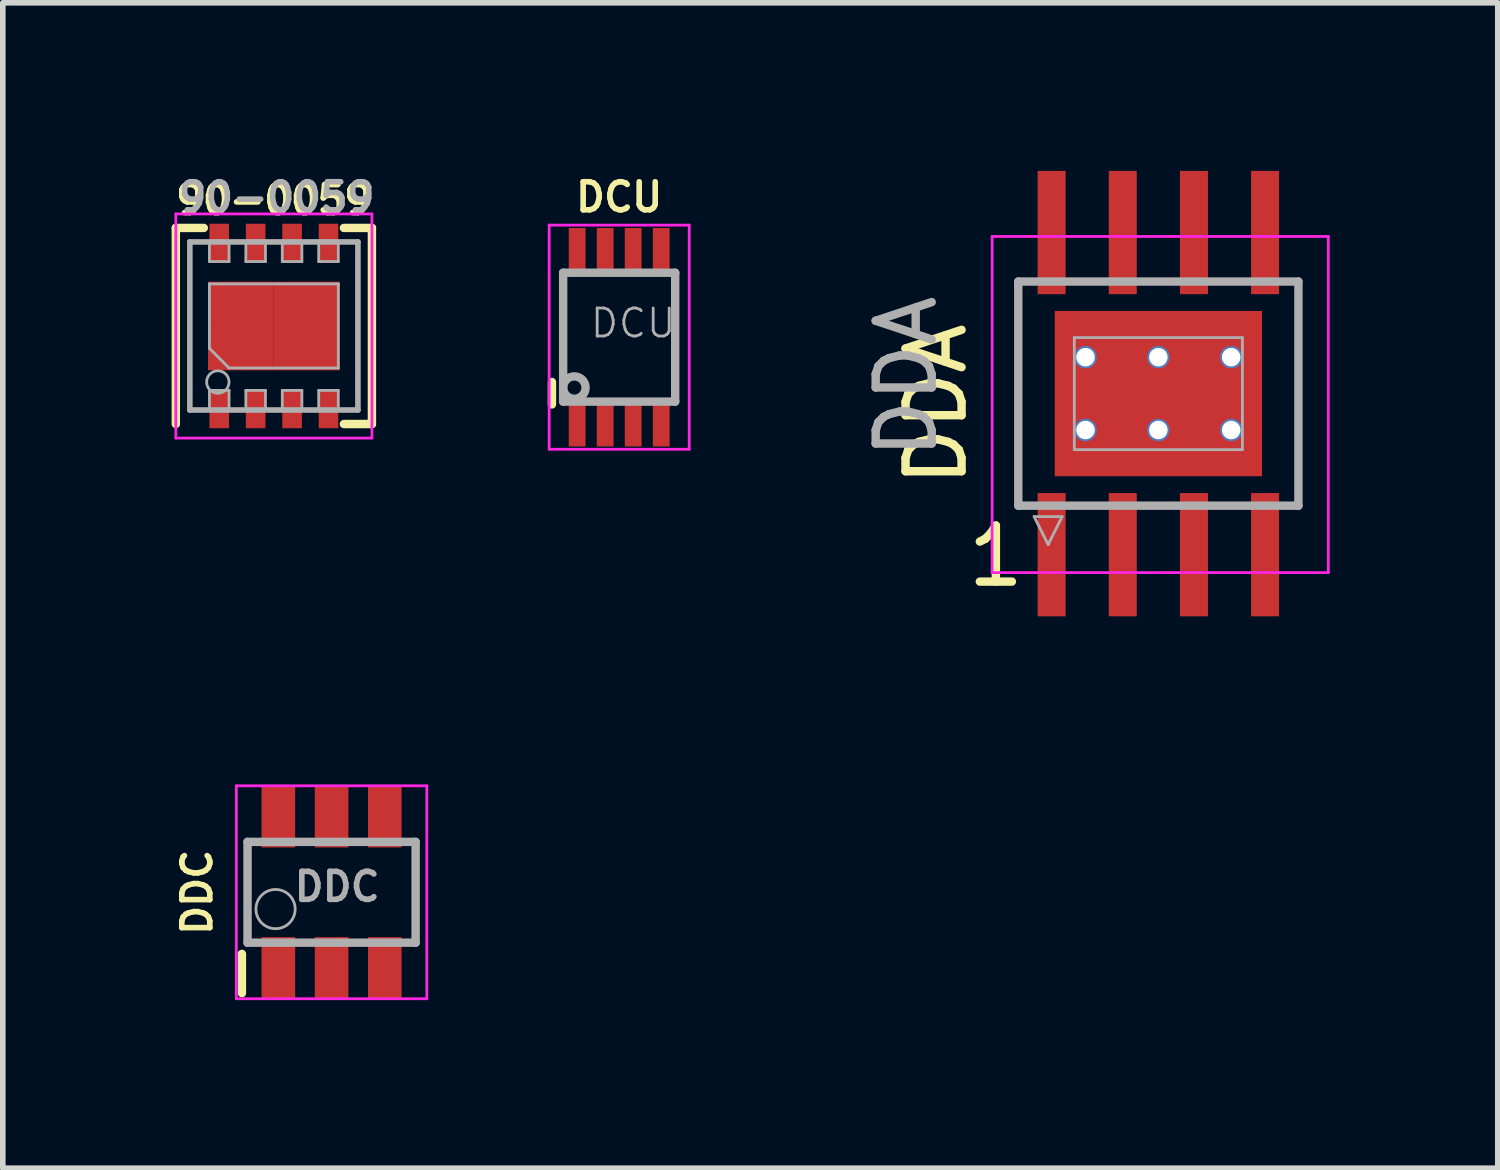
<source format=kicad_pcb>
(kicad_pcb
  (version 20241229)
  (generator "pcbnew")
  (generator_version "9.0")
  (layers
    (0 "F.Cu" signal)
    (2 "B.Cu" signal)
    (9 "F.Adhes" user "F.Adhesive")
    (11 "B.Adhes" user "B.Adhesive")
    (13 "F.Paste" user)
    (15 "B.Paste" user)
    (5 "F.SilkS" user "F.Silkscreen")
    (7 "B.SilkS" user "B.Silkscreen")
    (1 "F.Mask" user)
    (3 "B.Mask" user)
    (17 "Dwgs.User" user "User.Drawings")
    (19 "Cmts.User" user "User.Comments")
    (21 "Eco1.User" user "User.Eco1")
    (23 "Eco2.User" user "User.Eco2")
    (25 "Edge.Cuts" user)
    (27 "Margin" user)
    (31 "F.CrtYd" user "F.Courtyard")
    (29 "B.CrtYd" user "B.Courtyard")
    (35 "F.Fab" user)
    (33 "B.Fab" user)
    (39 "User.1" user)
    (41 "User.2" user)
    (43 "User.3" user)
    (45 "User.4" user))
  (footprint "DCU"
    (layer "F.Cu")
    (at 8.001 2.968)
    (property "Reference" "DCU" (at 0 -2.5 0) (layer "F.SilkS") (effects (font (size 0.5 0.5) (thickness 0.1))))
    (attr smd)
    (fp_line (start -1.2 1.2) (end -1.2 0.8) (stroke (width 0.15) (type solid)) (layer "F.SilkS"))
    (fp_line (start -1.25 -2) (end -1.25 2) (stroke (width 0.05) (type solid)) (layer "F.CrtYd"))
    (fp_line (start -1.25 -2) (end 1.25 -2) (stroke (width 0.05) (type solid)) (layer "F.CrtYd"))
    (fp_line (start -1.25 2) (end 1.25 2) (stroke (width 0.05) (type solid)) (layer "F.CrtYd"))
    (fp_line (start 1.25 -2) (end 1.25 2) (stroke (width 0.05) (type solid)) (layer "F.CrtYd"))
    (fp_line (start -1 -1.15) (end 1 -1.15) (stroke (width 0.15) (type solid)) (layer "F.Fab"))
    (fp_line (start -1 1.15) (end -1 -1.15) (stroke (width 0.15) (type solid)) (layer "F.Fab"))
    (fp_line (start 1 -1.15) (end 1 1.15) (stroke (width 0.15) (type solid)) (layer "F.Fab"))
    (fp_line (start 1 1.15) (end -1 1.15) (stroke (width 0.15) (type solid)) (layer "F.Fab"))
    (fp_circle (center -0.8 0.9) (end -0.6 0.9) (stroke (width 0.15) (type solid)) (fill no) (layer "F.Fab"))
    (fp_text user "${REFERENCE}" (at 0.25 -0.25 0) (layer "F.Fab") (effects (font (size 0.5 0.5) (thickness 0.05))))
    (pad "1" smd rect (at -0.75 1.55) (size 0.3 0.8) (layers "F.Cu" "F.Mask" "F.Paste"))
    (pad "2" smd rect (at -0.25 1.55) (size 0.3 0.8) (layers "F.Cu" "F.Mask" "F.Paste"))
    (pad "3" smd rect (at 0.25 1.55) (size 0.3 0.8) (layers "F.Cu" "F.Mask" "F.Paste"))
    (pad "4" smd rect (at 0.75 1.55) (size 0.3 0.8) (layers "F.Cu" "F.Mask" "F.Paste"))
    (pad "5" smd rect (at 0.75 -1.55) (size 0.3 0.8) (layers "F.Cu" "F.Mask" "F.Paste"))
    (pad "6" smd rect (at 0.25 -1.55) (size 0.3 0.8) (layers "F.Cu" "F.Mask" "F.Paste"))
    (pad "7" smd rect (at -0.25 -1.55) (size 0.3 0.8) (layers "F.Cu" "F.Mask" "F.Paste"))
    (pad "8" smd rect (at -0.75 -1.55) (size 0.3 0.8) (layers "F.Cu" "F.Mask" "F.Paste")))
  (footprint "DDC"
    (layer "F.Cu")
    (at 2.868 12.875)
    (property "Reference" "DDC" (at -2.4 0 90) (layer "F.SilkS") (effects (font (size 0.5 0.5) (thickness 0.1))))
    (attr smd)
    (fp_line (start -1.6 1.1) (end -1.6 1.8) (stroke (width 0.15) (type solid)) (layer "F.SilkS"))
    (fp_line (start -1.7 -1.9) (end 1.7 -1.9) (stroke (width 0.05) (type solid)) (layer "F.CrtYd"))
    (fp_line (start -1.7 1.9) (end -1.7 -1.9) (stroke (width 0.05) (type solid)) (layer "F.CrtYd"))
    (fp_line (start -1.7 1.9) (end 1.7 1.9) (stroke (width 0.05) (type solid)) (layer "F.CrtYd"))
    (fp_line (start 1.7 1.9) (end 1.7 -1.9) (stroke (width 0.05) (type solid)) (layer "F.CrtYd"))
    (fp_line (start -1.5 -0.9) (end -1.5 0.9) (stroke (width 0.15) (type solid)) (layer "F.Fab"))
    (fp_line (start -1.5 0.9) (end 1.5 0.9) (stroke (width 0.15) (type solid)) (layer "F.Fab"))
    (fp_line (start 1.5 -0.9) (end -1.5 -0.9) (stroke (width 0.15) (type solid)) (layer "F.Fab"))
    (fp_line (start 1.5 0.9) (end 1.5 -0.9) (stroke (width 0.15) (type solid)) (layer "F.Fab"))
    (fp_circle (center -1 0.3) (end -1.35 0.3) (stroke (width 0.05) (type solid)) (fill no) (layer "F.Fab"))
    (fp_text user "${REFERENCE}" (at 0.1 -0.1 180) (layer "F.Fab") (effects (font (size 0.5 0.5) (thickness 0.1))))
    (pad "1" smd rect (at -0.95 1.35) (size 0.6 1.1) (layers "F.Cu" "F.Mask" "F.Paste"))
    (pad "2" smd rect (at 0 1.35) (size 0.6 1.1) (layers "F.Cu" "F.Mask" "F.Paste"))
    (pad "3" smd rect (at 0.95 1.35) (size 0.6 1.1) (layers "F.Cu" "F.Mask" "F.Paste"))
    (pad "4" smd rect (at 0.95 -1.35) (size 0.6 1.1) (layers "F.Cu" "F.Mask" "F.Paste"))
    (pad "5" smd rect (at 0 -1.35) (size 0.6 1.1) (layers "F.Cu" "F.Mask" "F.Paste"))
    (pad "6" smd rect (at -0.95 -1.35) (size 0.6 1.1) (layers "F.Cu" "F.Mask" "F.Paste")))
  (footprint "DDA"
    (layer "F.Cu")
    (at 17.624 3.975)
    (property "Reference" "DDA" (at -3.967 0.195 90) (layer "F.SilkS") (effects (font (size 1 1) (thickness 0.15))))
    (attr smd)
    (fp_circle (center 1.5 1) (end 1.5 1.25) (stroke (width 0.05) (type solid)) (fill no) (layer "F.Mask"))
    (fp_line (start -2.967 -2.805) (end 3.033 -2.805) (stroke (width 0.05) (type solid)) (layer "F.CrtYd"))
    (fp_line (start -2.967 3.195) (end -2.967 -2.805) (stroke (width 0.05) (type solid)) (layer "F.CrtYd"))
    (fp_line (start -2.967 3.195) (end 3.033 3.195) (stroke (width 0.05) (type solid)) (layer "F.CrtYd"))
    (fp_line (start 3.033 3.195) (end 3.033 -2.805) (stroke (width 0.05) (type solid)) (layer "F.CrtYd"))
    (fp_line (start -2.5 -2) (end -2.5 2) (stroke (width 0.15) (type solid)) (layer "F.Fab"))
    (fp_line (start -2.5 2) (end 2.5 2) (stroke (width 0.15) (type solid)) (layer "F.Fab"))
    (fp_line (start -2.217 2.195) (end -1.717 2.195) (stroke (width 0.05) (type solid)) (layer "F.Fab"))
    (fp_line (start -1.967 2.695) (end -2.217 2.195) (stroke (width 0.05) (type solid)) (layer "F.Fab"))
    (fp_line (start -1.717 2.195) (end -1.967 2.695) (stroke (width 0.05) (type solid)) (layer "F.Fab"))
    (fp_line (start -1.5 -1) (end 1.5 -1) (stroke (width 0.05) (type solid)) (layer "F.Fab"))
    (fp_line (start -1.5 1) (end -1.5 -1) (stroke (width 0.05) (type solid)) (layer "F.Fab"))
    (fp_line (start 1.5 -1) (end 1.5 1) (stroke (width 0.05) (type solid)) (layer "F.Fab"))
    (fp_line (start 1.5 1) (end -1.5 1) (stroke (width 0.05) (type solid)) (layer "F.Fab"))
    (fp_line (start 2.5 -2) (end -2.5 -2) (stroke (width 0.15) (type solid)) (layer "F.Fab"))
    (fp_line (start 2.5 2) (end 2.5 -2) (stroke (width 0.15) (type solid)) (layer "F.Fab"))
    (fp_text user "1" (at -2.9 2.9 0) (layer "F.SilkS") (effects (font (size 1 1) (thickness 0.15))))
    (fp_text user "${REFERENCE}" (at -4.5 -0.3 90) (layer "F.Fab") (effects (font (size 1 1) (thickness 0.15))))
    (pad "1" smd rect (at -1.905 2.875) (size 0.5 2.2) (layers "F.Cu" "F.Mask" "F.Paste"))
    (pad "2" smd rect (at -0.635 2.875) (size 0.5 2.2) (layers "F.Cu" "F.Mask" "F.Paste"))
    (pad "3" smd rect (at 0.635 2.875) (size 0.5 2.2) (layers "F.Cu" "F.Mask" "F.Paste"))
    (pad "4" smd rect (at 1.905 2.875) (size 0.5 2.2) (layers "F.Cu" "F.Mask" "F.Paste"))
    (pad "5" smd rect (at 1.905 -2.875) (size 0.5 2.2) (layers "F.Cu" "F.Mask" "F.Paste"))
    (pad "6" smd rect (at 0.635 -2.875) (size 0.5 2.2) (layers "F.Cu" "F.Mask" "F.Paste"))
    (pad "7" smd rect (at -0.635 -2.875) (size 0.5 2.2) (layers "F.Cu" "F.Mask" "F.Paste"))
    (pad "8" smd rect (at -1.905 -2.875) (size 0.5 2.2) (layers "F.Cu" "F.Mask" "F.Paste"))
    (pad "9" thru_hole circle (at -1.3 -0.65) (size 0.4 0.4) (drill 0.33) (layers "*.Cu" "F.Mask"))
    (pad "9" thru_hole circle (at -1.3 0.65) (size 0.4 0.4) (drill 0.33) (layers "*.Cu" "F.Mask"))
    (pad "9" thru_hole circle (at 0 -0.65) (size 0.4 0.4) (drill 0.33) (layers "*.Cu" "F.Mask"))
    (pad "9" smd rect (at 0 0) (size 3.7 2.95) (layers "F.Cu" "F.Mask" "F.Paste"))
    (pad "9" thru_hole circle (at 0 0.65) (size 0.4 0.4) (drill 0.33) (layers "*.Cu" "F.Mask"))
    (pad "9" thru_hole circle (at 1.3 -0.65) (size 0.4 0.4) (drill 0.33) (layers "*.Cu" "F.Mask"))
    (pad "9" thru_hole circle (at 1.3 0.65) (size 0.4 0.4) (drill 0.33) (layers "*.Cu" "F.Mask")))
  (footprint "90-0059"
    (layer "F.Cu")
    (at 1.838 2.768)
    (property "Reference" "90-0059" (at 0 -2.25 0) (layer "F.SilkS") (effects (font (size 0.5 0.5) (thickness 0.1))))
    (attr smd)
    (fp_line (start -1.75 -1.75) (end -1.25 -1.75) (stroke (width 0.15) (type solid)) (layer "F.SilkS"))
    (fp_line (start -1.75 1.75) (end -1.75 -1.75) (stroke (width 0.15) (type solid)) (layer "F.SilkS"))
    (fp_line (start 1.75 -1.75) (end 1.25 -1.75) (stroke (width 0.15) (type solid)) (layer "F.SilkS"))
    (fp_line (start 1.75 -1.75) (end 1.75 1.75) (stroke (width 0.15) (type solid)) (layer "F.SilkS"))
    (fp_line (start 1.75 1.75) (end 1.25 1.75) (stroke (width 0.15) (type solid)) (layer "F.SilkS"))
    (fp_line (start -1.75 -2) (end -1.75 2) (stroke (width 0.05) (type solid)) (layer "F.CrtYd"))
    (fp_line (start -1.75 -2) (end 1.75 -2) (stroke (width 0.05) (type solid)) (layer "F.CrtYd"))
    (fp_line (start -1.75 2) (end 1.75 2) (stroke (width 0.05) (type solid)) (layer "F.CrtYd"))
    (fp_line (start 1.75 -2) (end 1.75 2) (stroke (width 0.05) (type solid)) (layer "F.CrtYd"))
    (fp_line (start -1.5 -1.5) (end 1.5 -1.5) (stroke (width 0.1) (type solid)) (layer "F.Fab"))
    (fp_line (start -1.5 1.5) (end -1.5 -1.5) (stroke (width 0.1) (type solid)) (layer "F.Fab"))
    (fp_line (start -1.15 -1.45) (end -1.15 -1.15) (stroke (width 0.05) (type solid)) (layer "F.Fab"))
    (fp_line (start -1.15 -1.15) (end -0.8 -1.15) (stroke (width 0.05) (type solid)) (layer "F.Fab"))
    (fp_line (start -1.15 -0.75) (end 1.15 -0.75) (stroke (width 0.05) (type solid)) (layer "F.Fab"))
    (fp_line (start -1.15 0.4) (end -1.15 -0.75) (stroke (width 0.05) (type solid)) (layer "F.Fab"))
    (fp_line (start -1.15 0.4) (end -0.8 0.75) (stroke (width 0.05) (type solid)) (layer "F.Fab"))
    (fp_line (start -1.15 1.15) (end -1.15 1.45) (stroke (width 0.05) (type solid)) (layer "F.Fab"))
    (fp_line (start -0.8 -1.15) (end -0.8 -1.45) (stroke (width 0.05) (type solid)) (layer "F.Fab"))
    (fp_line (start -0.8 1.15) (end -1.15 1.15) (stroke (width 0.05) (type solid)) (layer "F.Fab"))
    (fp_line (start -0.8 1.15) (end -0.8 1.45) (stroke (width 0.05) (type solid)) (layer "F.Fab"))
    (fp_line (start -0.5 -1.45) (end -0.5 -1.15) (stroke (width 0.05) (type solid)) (layer "F.Fab"))
    (fp_line (start -0.5 -1.15) (end -0.15 -1.15) (stroke (width 0.05) (type solid)) (layer "F.Fab"))
    (fp_line (start -0.5 1.15) (end -0.5 1.45) (stroke (width 0.05) (type solid)) (layer "F.Fab"))
    (fp_line (start -0.15 -1.15) (end -0.15 -1.45) (stroke (width 0.05) (type solid)) (layer "F.Fab"))
    (fp_line (start -0.15 1.15) (end -0.5 1.15) (stroke (width 0.05) (type solid)) (layer "F.Fab"))
    (fp_line (start -0.15 1.15) (end -0.15 1.45) (stroke (width 0.05) (type solid)) (layer "F.Fab"))
    (fp_line (start 0.15 -1.45) (end 0.15 -1.15) (stroke (width 0.05) (type solid)) (layer "F.Fab"))
    (fp_line (start 0.15 -1.15) (end 0.5 -1.15) (stroke (width 0.05) (type solid)) (layer "F.Fab"))
    (fp_line (start 0.15 1.15) (end 0.15 1.45) (stroke (width 0.05) (type solid)) (layer "F.Fab"))
    (fp_line (start 0.5 -1.15) (end 0.5 -1.45) (stroke (width 0.05) (type solid)) (layer "F.Fab"))
    (fp_line (start 0.5 1.15) (end 0.15 1.15) (stroke (width 0.05) (type solid)) (layer "F.Fab"))
    (fp_line (start 0.5 1.15) (end 0.5 1.45) (stroke (width 0.05) (type solid)) (layer "F.Fab"))
    (fp_line (start 0.8 -1.45) (end 0.8 -1.15) (stroke (width 0.05) (type solid)) (layer "F.Fab"))
    (fp_line (start 0.8 -1.15) (end 1.15 -1.15) (stroke (width 0.05) (type solid)) (layer "F.Fab"))
    (fp_line (start 0.8 1.15) (end 0.8 1.45) (stroke (width 0.05) (type solid)) (layer "F.Fab"))
    (fp_line (start 1.15 -1.15) (end 1.15 -1.45) (stroke (width 0.05) (type solid)) (layer "F.Fab"))
    (fp_line (start 1.15 -0.75) (end 1.15 0.75) (stroke (width 0.05) (type solid)) (layer "F.Fab"))
    (fp_line (start 1.15 0.75) (end -0.8 0.75) (stroke (width 0.05) (type solid)) (layer "F.Fab"))
    (fp_line (start 1.15 1.15) (end 0.8 1.15) (stroke (width 0.05) (type solid)) (layer "F.Fab"))
    (fp_line (start 1.15 1.15) (end 1.15 1.45) (stroke (width 0.05) (type solid)) (layer "F.Fab"))
    (fp_line (start 1.5 -1.5) (end 1.5 1.5) (stroke (width 0.1) (type solid)) (layer "F.Fab"))
    (fp_line (start 1.5 1.5) (end -1.5 1.5) (stroke (width 0.1) (type solid)) (layer "F.Fab"))
    (fp_circle (center -1 1) (end -1 0.8) (stroke (width 0.05) (type solid)) (fill no) (layer "F.Fab"))
    (fp_text user "${REFERENCE}" (at 0.05 -2.3 0) (layer "F.Fab") (effects (font (size 0.5 0.5) (thickness 0.1))))
    (pad "1" smd rect (at -0.975 1.475 90) (size 0.7 0.35) (layers "F.Cu" "F.Mask" "F.Paste"))
    (pad "2" smd rect (at -0.325 1.475 90) (size 0.7 0.35) (layers "F.Cu" "F.Mask" "F.Paste"))
    (pad "3" smd rect (at 0.325 1.475 90) (size 0.7 0.35) (layers "F.Cu" "F.Mask" "F.Paste"))
    (pad "4" smd rect (at 0.975 1.475 90) (size 0.7 0.35) (layers "F.Cu" "F.Mask" "F.Paste"))
    (pad "5" smd rect (at 0.975 -1.475 90) (size 0.7 0.35) (layers "F.Cu" "F.Mask" "F.Paste"))
    (pad "6" smd rect (at 0.325 -1.475 90) (size 0.7 0.35) (layers "F.Cu" "F.Mask" "F.Paste"))
    (pad "7" smd rect (at -0.325 -1.475 90) (size 0.7 0.35) (layers "F.Cu" "F.Mask" "F.Paste"))
    (pad "8" smd rect (at -0.975 -1.475 90) (size 0.7 0.35) (layers "F.Cu" "F.Mask" "F.Paste"))
    (pad "9" smd rect (at -0.588 -0.395) (size 1.175 0.79) (layers "F.Cu" "F.Mask" "F.Paste"))
    (pad "9" smd rect (at -0.588 0.395) (size 1.175 0.79) (layers "F.Cu" "F.Mask" "F.Paste"))
    (pad "9" smd rect (at 0.588 -0.395) (size 1.175 0.79) (layers "F.Cu" "F.Mask" "F.Paste"))
    (pad "9" smd rect (at 0.588 0.395) (size 1.175 0.79) (layers "F.Cu" "F.Mask" "F.Paste")))
  (gr_rect
    (start -3 -3)
    (end 23.682 17.8)
    (stroke (width 0.1) (type default))
    (fill no)
    (layer "Edge.Cuts")))
</source>
